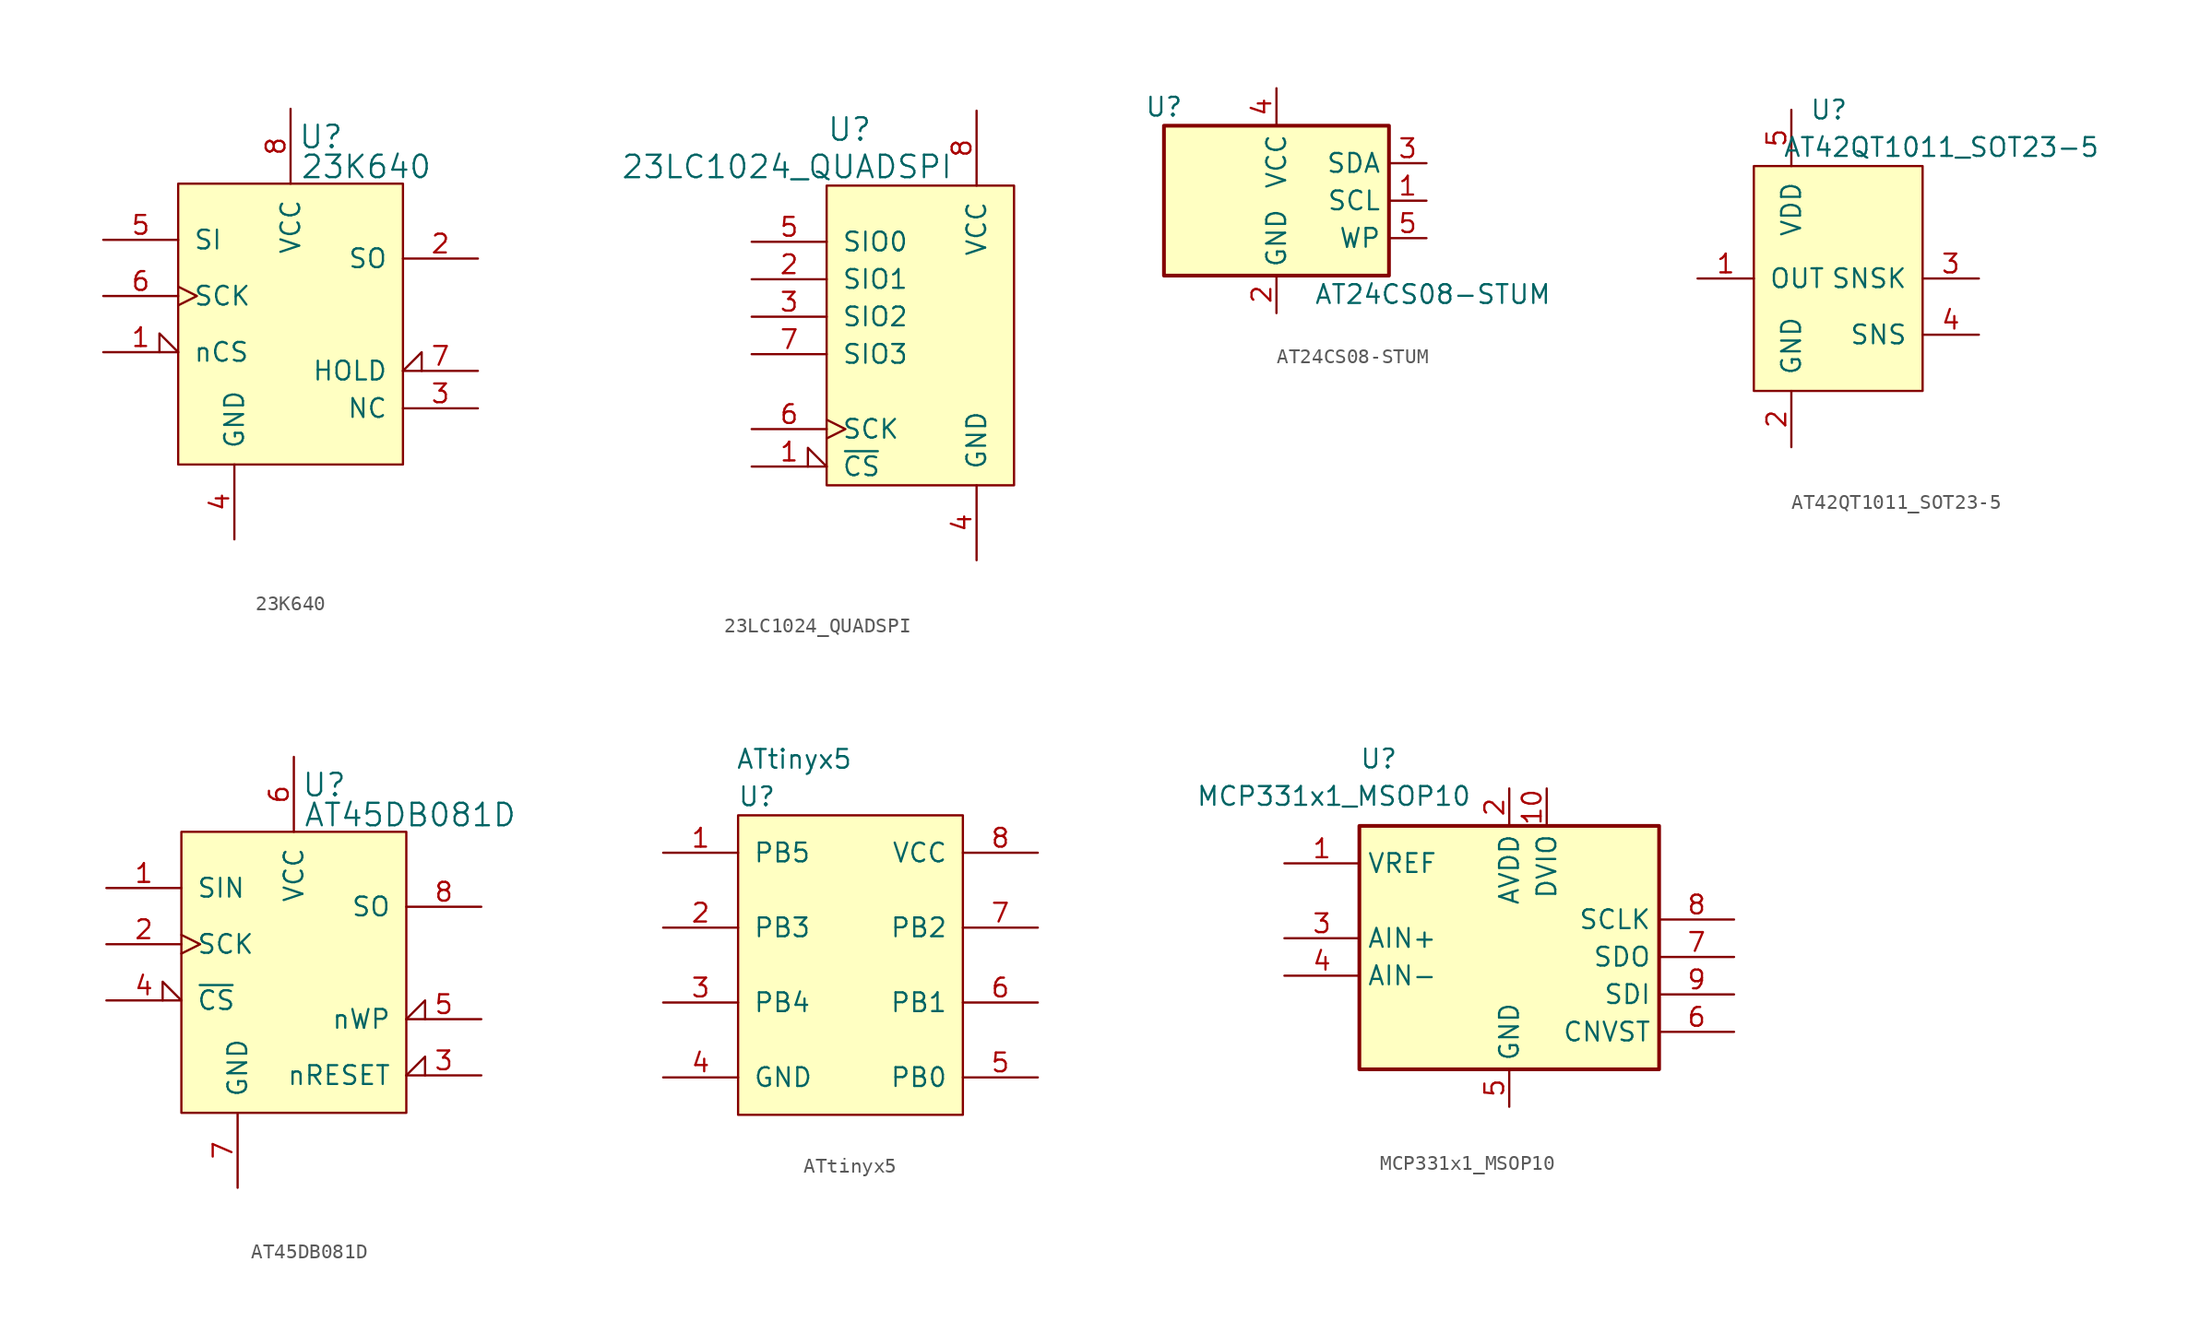
<source format=kicad_sym>
(kicad_symbol_lib
  (version 20211014)
  (generator kicad_symbol_editor)
  (symbol "23K640"
    (pin_names
      (offset 1.016))
    (property "Reference" "U"
      (at 0.508 12.065 0)
      (effects (font (size 1.524 1.524)) (justify left)))
    (property "Value" "23K640"
      (at 0.635 10.033 0)
      (effects (font (size 1.524 1.524)) (justify left)))
    (symbol "23K640_0_1"
      (rectangle (start 7.62 -10.16) (end -7.62 8.89) (stroke (width 0) (type default)) (fill (type background))))
    (symbol "23K640_1_1"
      (pin input input_low (at -12.7 -2.54 0) (length 5.08) (name "nCS" (effects (font (size 1.27 1.27)))) (number "1" (effects (font (size 1.27 1.27)))))
      (pin output line (at 12.7 3.81 180) (length 5.08) (name "SO" (effects (font (size 1.27 1.27)))) (number "2" (effects (font (size 1.27 1.27)))))
      (pin passive line (at 12.7 -6.35 180) (length 5.08) (name "NC" (effects (font (size 1.27 1.27)))) (number "3" (effects (font (size 1.27 1.27)))))
      (pin power_in line (at -3.81 -15.24 90) (length 5.08) (name "GND" (effects (font (size 1.27 1.27)))) (number "4" (effects (font (size 1.27 1.27)))))
      (pin input line (at -12.7 5.08 0) (length 5.08) (name "SI" (effects (font (size 1.27 1.27)))) (number "5" (effects (font (size 1.27 1.27)))))
      (pin input clock (at -12.7 1.27 0) (length 5.08) (name "SCK" (effects (font (size 1.27 1.27)))) (number "6" (effects (font (size 1.27 1.27)))))
      (pin input input_low (at 12.7 -3.81 180) (length 5.08) (name "HOLD" (effects (font (size 1.27 1.27)))) (number "7" (effects (font (size 1.27 1.27)))))
      (pin power_in line (at 0 13.97 270) (length 5.08) (name "VCC" (effects (font (size 1.27 1.27)))) (number "8" (effects (font (size 1.27 1.27)))))))
  (symbol "23LC1024_QUADSPI"
    (pin_names
      (offset 1.016))
    (property "Reference" "U"
      (at -3.81 10.16 0)
      (effects (font (size 1.524 1.524)) (justify left)))
    (property "Value" "23LC1024_QUADSPI"
      (at -17.78 7.62 0)
      (effects (font (size 1.524 1.524)) (justify left)))
    (symbol "23LC1024_QUADSPI_0_1"
      (rectangle (start 8.89 -13.97) (end -3.81 6.35) (stroke (width 0) (type default)) (fill (type background))))
    (symbol "23LC1024_QUADSPI_1_1"
      (pin input input_low (at -8.89 -12.7 0) (length 5.08) (name "~{CS}" (effects (font (size 1.27 1.27)))) (number "1" (effects (font (size 1.27 1.27)))))
      (pin bidirectional line (at -8.89 0 0) (length 5.08) (name "SIO1" (effects (font (size 1.27 1.27)))) (number "2" (effects (font (size 1.27 1.27)))))
      (pin bidirectional line (at -8.89 -2.54 0) (length 5.08) (name "SIO2" (effects (font (size 1.27 1.27)))) (number "3" (effects (font (size 1.27 1.27)))))
      (pin power_in line (at 6.35 -19.05 90) (length 5.08) (name "GND" (effects (font (size 1.27 1.27)))) (number "4" (effects (font (size 1.27 1.27)))))
      (pin bidirectional line (at -8.89 2.54 0) (length 5.08) (name "SIO0" (effects (font (size 1.27 1.27)))) (number "5" (effects (font (size 1.27 1.27)))))
      (pin input clock (at -8.89 -10.16 0) (length 5.08) (name "SCK" (effects (font (size 1.27 1.27)))) (number "6" (effects (font (size 1.27 1.27)))))
      (pin bidirectional line (at -8.89 -5.08 0) (length 5.08) (name "SIO3" (effects (font (size 1.27 1.27)))) (number "7" (effects (font (size 1.27 1.27)))))
      (pin power_in line (at 6.35 11.43 270) (length 5.08) (name "VCC" (effects (font (size 1.27 1.27)))) (number "8" (effects (font (size 1.27 1.27)))))))
  (symbol "AT24CS08-STUM"
    (property "Reference" "U"
      (at -7.62 6.35 0)
      (effects (font (size 1.27 1.27))))
    (property "Value" "AT24CS08-STUM"
      (at 2.54 -6.35 0)
      (effects (font (size 1.27 1.27)) (justify left)))
    (symbol "AT24CS08-STUM_1_1"
      (rectangle (start -7.62 5.08) (end 7.62 -5.08) (stroke (width 0.254) (type default)) (fill (type background)))
      (pin input line (at 10.16 0 180) (length 2.54) (name "SCL" (effects (font (size 1.27 1.27)))) (number "1" (effects (font (size 1.27 1.27)))))
      (pin power_in line (at 0 -7.62 90) (length 2.54) (name "GND" (effects (font (size 1.27 1.27)))) (number "2" (effects (font (size 1.27 1.27)))))
      (pin bidirectional line (at 10.16 2.54 180) (length 2.54) (name "SDA" (effects (font (size 1.27 1.27)))) (number "3" (effects (font (size 1.27 1.27)))))
      (pin power_in line (at 0 7.62 270) (length 2.54) (name "VCC" (effects (font (size 1.27 1.27)))) (number "4" (effects (font (size 1.27 1.27)))))
      (pin input line (at 10.16 -2.54 180) (length 2.54) (name "WP" (effects (font (size 1.27 1.27)))) (number "5" (effects (font (size 1.27 1.27)))))))
  (symbol "AT42QT1011_SOT23-5"
    (pin_names
      (offset 1.016))
    (property "Reference" "U"
      (at 0 10.16 0)
      (effects (font (size 1.27 1.27))))
    (property "Value" "AT42QT1011_SOT23-5"
      (at 7.62 7.62 0)
      (effects (font (size 1.27 1.27))))
    (symbol "AT42QT1011_SOT23-5_0_1"
      (rectangle (start -5.08 6.35) (end 6.35 -8.89) (stroke (width 0) (type default)) (fill (type background))))
    (symbol "AT42QT1011_SOT23-5_1_1"
      (pin output line (at -8.89 -1.27 0) (length 3.81) (name "OUT" (effects (font (size 1.27 1.27)))) (number "1" (effects (font (size 1.27 1.27)))))
      (pin power_in line (at -2.54 -12.7 90) (length 3.81) (name "GND" (effects (font (size 1.27 1.27)))) (number "2" (effects (font (size 1.27 1.27)))))
      (pin bidirectional line (at 10.16 -1.27 180) (length 3.81) (name "SNSK" (effects (font (size 1.27 1.27)))) (number "3" (effects (font (size 1.27 1.27)))))
      (pin bidirectional line (at 10.16 -5.08 180) (length 3.81) (name "SNS" (effects (font (size 1.27 1.27)))) (number "4" (effects (font (size 1.27 1.27)))))
      (pin power_in line (at -2.54 10.16 270) (length 3.81) (name "VDD" (effects (font (size 1.27 1.27)))) (number "5" (effects (font (size 1.27 1.27)))))))
  (symbol "AT45DB081D"
    (pin_names
      (offset 1.016))
    (property "Reference" "U"
      (at 4.318 9.525 0)
      (effects (font (size 1.524 1.524)) (justify left)))
    (property "Value" "AT45DB081D"
      (at 4.445 7.493 0)
      (effects (font (size 1.524 1.524)) (justify left)))
    (symbol "AT45DB081D_0_1"
      (rectangle (start 11.43 -12.7) (end -3.81 6.35) (stroke (width 0) (type default)) (fill (type background))))
    (symbol "AT45DB081D_1_1"
      (pin input line (at -8.89 2.54 0) (length 5.08) (name "SIN" (effects (font (size 1.27 1.27)))) (number "1" (effects (font (size 1.27 1.27)))))
      (pin input clock (at -8.89 -1.27 0) (length 5.08) (name "SCK" (effects (font (size 1.27 1.27)))) (number "2" (effects (font (size 1.27 1.27)))))
      (pin input input_low (at 16.51 -10.16 180) (length 5.08) (name "nRESET" (effects (font (size 1.27 1.27)))) (number "3" (effects (font (size 1.27 1.27)))))
      (pin input input_low (at -8.89 -5.08 0) (length 5.08) (name "~{CS}" (effects (font (size 1.27 1.27)))) (number "4" (effects (font (size 1.27 1.27)))))
      (pin input input_low (at 16.51 -6.35 180) (length 5.08) (name "nWP" (effects (font (size 1.27 1.27)))) (number "5" (effects (font (size 1.27 1.27)))))
      (pin power_in line (at 3.81 11.43 270) (length 5.08) (name "VCC" (effects (font (size 1.27 1.27)))) (number "6" (effects (font (size 1.27 1.27)))))
      (pin power_in line (at 0 -17.78 90) (length 5.08) (name "GND" (effects (font (size 1.27 1.27)))) (number "7" (effects (font (size 1.27 1.27)))))
      (pin output line (at 16.51 1.27 180) (length 5.08) (name "SO" (effects (font (size 1.27 1.27)))) (number "8" (effects (font (size 1.27 1.27)))))))
  (symbol "ATtinyx5"
    (pin_names
      (offset 1.016))
    (property "Reference" "U"
      (at -6.35 8.89 0)
      (effects (font (size 1.27 1.27))))
    (property "Value" "ATtinyx5"
      (at -3.81 11.43 0)
      (effects (font (size 1.27 1.27))))
    (symbol "ATtinyx5_0_1"
      (rectangle (start -7.62 7.62) (end 7.62 -12.7) (stroke (width 0) (type default)) (fill (type background))))
    (symbol "ATtinyx5_1_1"
      (pin bidirectional line (at -12.7 5.08 0) (length 5.08) (name "PB5" (effects (font (size 1.27 1.27)))) (number "1" (effects (font (size 1.27 1.27)))))
      (pin bidirectional line (at -12.7 0 0) (length 5.08) (name "PB3" (effects (font (size 1.27 1.27)))) (number "2" (effects (font (size 1.27 1.27)))))
      (pin bidirectional line (at -12.7 -5.08 0) (length 5.08) (name "PB4" (effects (font (size 1.27 1.27)))) (number "3" (effects (font (size 1.27 1.27)))))
      (pin power_in line (at -12.7 -10.16 0) (length 5.08) (name "GND" (effects (font (size 1.27 1.27)))) (number "4" (effects (font (size 1.27 1.27)))))
      (pin bidirectional line (at 12.7 -10.16 180) (length 5.08) (name "PB0" (effects (font (size 1.27 1.27)))) (number "5" (effects (font (size 1.27 1.27)))))
      (pin bidirectional line (at 12.7 -5.08 180) (length 5.08) (name "PB1" (effects (font (size 1.27 1.27)))) (number "6" (effects (font (size 1.27 1.27)))))
      (pin bidirectional line (at 12.7 0 180) (length 5.08) (name "PB2" (effects (font (size 1.27 1.27)))) (number "7" (effects (font (size 1.27 1.27)))))
      (pin power_in line (at 12.7 5.08 180) (length 5.08) (name "VCC" (effects (font (size 1.27 1.27)))) (number "8" (effects (font (size 1.27 1.27)))))))
  (symbol "MCP331x1_MSOP10"
    (property "Reference" "U"
      (at -10.16 21.59 0)
      (effects (font (size 1.27 1.27)) (justify left bottom)))
    (property "Value" "MCP331x1_MSOP10"
      (at -2.54 19.05 0)
      (effects (font (size 1.27 1.27)) (justify right bottom)))
    (symbol "MCP331x1_MSOP10_0_1"
      (rectangle (start -10.16 1.27) (end 10.16 17.78) (stroke (width 0.254) (type default)) (fill (type background))))
    (symbol "MCP331x1_MSOP10_1_1"
      (pin input line (at -15.24 15.24 0) (length 5.08) (name "VREF" (effects (font (size 1.27 1.27)))) (number "1" (effects (font (size 1.27 1.27)))))
      (pin power_in line (at 2.54 20.32 270) (length 2.54) (name "DVIO" (effects (font (size 1.27 1.27)))) (number "10" (effects (font (size 1.27 1.27)))))
      (pin power_in line (at 0 20.32 270) (length 2.54) (name "AVDD" (effects (font (size 1.27 1.27)))) (number "2" (effects (font (size 1.27 1.27)))))
      (pin input line (at -15.24 10.16 0) (length 5.08) (name "AIN+" (effects (font (size 1.27 1.27)))) (number "3" (effects (font (size 1.27 1.27)))))
      (pin input line (at -15.24 7.62 0) (length 5.08) (name "AIN-" (effects (font (size 1.27 1.27)))) (number "4" (effects (font (size 1.27 1.27)))))
      (pin power_in line (at 0 -1.27 90) (length 2.54) (name "GND" (effects (font (size 1.27 1.27)))) (number "5" (effects (font (size 1.27 1.27)))))
      (pin input line (at 15.24 3.81 180) (length 5.08) (name "CNVST" (effects (font (size 1.27 1.27)))) (number "6" (effects (font (size 1.27 1.27)))))
      (pin output line (at 15.24 8.89 180) (length 5.08) (name "SDO" (effects (font (size 1.27 1.27)))) (number "7" (effects (font (size 1.27 1.27)))))
      (pin input line (at 15.24 11.43 180) (length 5.08) (name "SCLK" (effects (font (size 1.27 1.27)))) (number "8" (effects (font (size 1.27 1.27)))))
      (pin input line (at 15.24 6.35 180) (length 5.08) (name "SDI" (effects (font (size 1.27 1.27)))) (number "9" (effects (font (size 1.27 1.27))))))))
</source>
